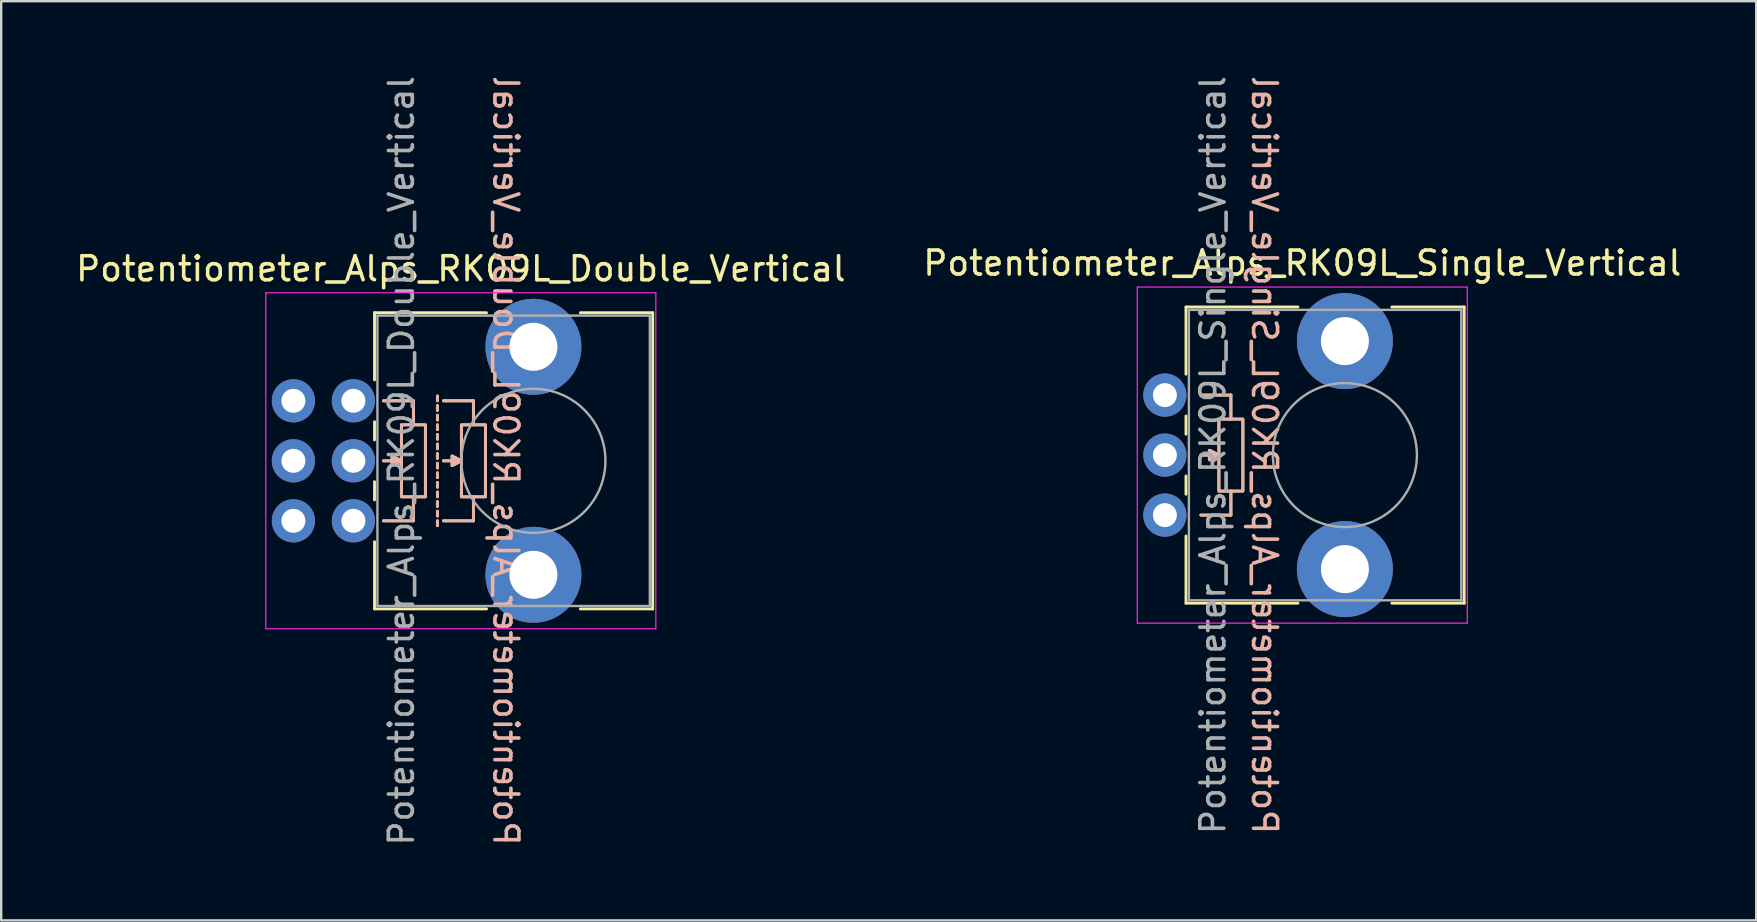
<source format=kicad_pcb>
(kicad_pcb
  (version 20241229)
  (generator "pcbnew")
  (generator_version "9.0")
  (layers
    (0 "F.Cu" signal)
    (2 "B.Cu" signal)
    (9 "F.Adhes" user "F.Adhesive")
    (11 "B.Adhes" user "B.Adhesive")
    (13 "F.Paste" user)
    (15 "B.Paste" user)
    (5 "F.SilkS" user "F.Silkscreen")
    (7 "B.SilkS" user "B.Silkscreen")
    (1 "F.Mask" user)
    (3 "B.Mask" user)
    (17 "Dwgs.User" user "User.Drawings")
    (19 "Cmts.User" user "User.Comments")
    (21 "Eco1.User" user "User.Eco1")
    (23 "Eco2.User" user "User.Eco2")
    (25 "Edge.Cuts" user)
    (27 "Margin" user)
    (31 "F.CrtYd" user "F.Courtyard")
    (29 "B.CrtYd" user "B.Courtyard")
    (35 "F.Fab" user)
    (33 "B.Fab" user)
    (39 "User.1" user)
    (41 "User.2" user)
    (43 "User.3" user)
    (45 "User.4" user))
  (footprint "Potentiometer_Alps_RK09L_Single_Vertical"
    (layer "F.Cu")
    (at 45.483 18.411)
    (property "Reference" "Potentiometer_Alps_RK09L_Single_Vertical" (at 5.725 -10.5 0) (layer "F.SilkS") (effects (font (size 1 1) (thickness 0.15))))
    (attr through_hole)
    (fp_line (start 0.88 -8.67) (end 0.88 -5.871) (stroke (width 0.12) (type solid)) (layer "F.SilkS"))
    (fp_line (start 0.88 -8.67) (end 5.546 -8.67) (stroke (width 0.12) (type solid)) (layer "F.SilkS"))
    (fp_line (start 0.88 -4.129) (end 0.88 -3.37) (stroke (width 0.12) (type solid)) (layer "F.SilkS"))
    (fp_line (start 0.88 -1.629) (end 0.88 -0.87) (stroke (width 0.12) (type solid)) (layer "F.SilkS"))
    (fp_line (start 0.88 0.87) (end 0.88 3.67) (stroke (width 0.12) (type solid)) (layer "F.SilkS"))
    (fp_line (start 0.88 3.67) (end 5.546 3.67) (stroke (width 0.12) (type solid)) (layer "F.SilkS"))
    (fp_line (start 2.25 -2.5) (end 1.5 -2.5) (stroke (width 0.12) (type solid)) (layer "F.SilkS"))
    (fp_line (start 2.75 -5) (end 1.5 -5) (stroke (width 0.12) (type solid)) (layer "F.SilkS"))
    (fp_line (start 2.75 -4) (end 2.75 -5) (stroke (width 0.12) (type solid)) (layer "F.SilkS"))
    (fp_line (start 2.75 -1) (end 2.75 0) (stroke (width 0.12) (type solid)) (layer "F.SilkS"))
    (fp_line (start 2.75 0) (end 1.5 0) (stroke (width 0.12) (type solid)) (layer "F.SilkS"))
    (fp_line (start 9.455 -8.67) (end 12.47 -8.67) (stroke (width 0.12) (type solid)) (layer "F.SilkS"))
    (fp_line (start 9.455 3.67) (end 12.47 3.67) (stroke (width 0.12) (type solid)) (layer "F.SilkS"))
    (fp_line (start 12.47 -8.67) (end 12.47 3.67) (stroke (width 0.12) (type solid)) (layer "F.SilkS"))
    (fp_rect (start 2.25 -4) (end 3.25 -1) (stroke (width 0.12) (type solid)) (fill no) (layer "F.SilkS"))
    (fp_poly (pts (xy 2.25 -2.5) (xy 1.875 -2.3) (xy 1.875 -2.7)) (stroke (width 0.12) (type solid)) (fill yes) (layer "F.SilkS"))
    (fp_line (start 1.5 -5) (end 2.75 -5) (stroke (width 0.12) (type solid)) (layer "B.SilkS"))
    (fp_line (start 1.5 -2.5) (end 2.25 -2.5) (stroke (width 0.12) (type solid)) (layer "B.SilkS"))
    (fp_line (start 1.5 0) (end 2.75 0) (stroke (width 0.12) (type solid)) (layer "B.SilkS"))
    (fp_line (start 2.75 -5) (end 2.75 -4) (stroke (width 0.12) (type solid)) (layer "B.SilkS"))
    (fp_line (start 2.75 0) (end 2.75 -1) (stroke (width 0.12) (type solid)) (layer "B.SilkS"))
    (fp_rect (start 2.25 -4) (end 3.25 -1) (stroke (width 0.12) (type solid)) (fill no) (layer "B.SilkS"))
    (fp_poly (pts (xy 2.25 -2.5) (xy 1.85 -2.3) (xy 1.85 -2.7)) (stroke (width 0.12) (type solid)) (fill yes) (layer "B.SilkS"))
    (fp_line (start -1.15 -9.5) (end -1.15 4.5) (stroke (width 0.05) (type solid)) (layer "F.CrtYd"))
    (fp_line (start -1.15 4.5) (end 12.6 4.5) (stroke (width 0.05) (type solid)) (layer "F.CrtYd"))
    (fp_line (start 12.6 -9.5) (end -1.15 -9.5) (stroke (width 0.05) (type solid)) (layer "F.CrtYd"))
    (fp_line (start 12.6 4.5) (end 12.6 -9.5) (stroke (width 0.05) (type solid)) (layer "F.CrtYd"))
    (fp_line (start 1 -8.55) (end 1 3.55) (stroke (width 0.1) (type solid)) (layer "F.Fab"))
    (fp_line (start 1 3.55) (end 12.35 3.55) (stroke (width 0.1) (type solid)) (layer "F.Fab"))
    (fp_line (start 12.35 -8.55) (end 1 -8.55) (stroke (width 0.1) (type solid)) (layer "F.Fab"))
    (fp_line (start 12.35 3.55) (end 12.35 -8.55) (stroke (width 0.1) (type solid)) (layer "F.Fab"))
    (fp_circle (center 7.5 -2.5) (end 10.5 -2.5) (stroke (width 0.1) (type solid)) (fill no) (layer "F.Fab"))
    (fp_text user "${REFERENCE}" (at 4.15 -2.5 270) (unlocked yes) (layer "B.SilkS") (effects (font (size 1 1) (thickness 0.15)) (justify mirror)))
    (fp_text user "${REFERENCE}" (at 2 -2.5 90) (layer "F.Fab") (effects (font (size 1 1) (thickness 0.15))))
    (pad "" np_thru_hole circle (at 7.5 -7.25) (size 4 4) (drill 2) (layers "*.Cu" "*.Mask"))
    (pad "" np_thru_hole circle (at 7.5 2.25) (size 4 4) (drill 2) (layers "*.Cu" "*.Mask"))
    (pad "1" thru_hole circle (at 0 0) (size 1.8 1.8) (drill 1) (layers "*.Cu" "*.Mask"))
    (pad "2" thru_hole circle (at 0 -2.5) (size 1.8 1.8) (drill 1) (layers "*.Cu" "*.Mask"))
    (pad "3" thru_hole circle (at 0 -5) (size 1.8 1.8) (drill 1) (layers "*.Cu" "*.Mask")))
  (footprint "Potentiometer_Alps_RK09L_Double_Vertical"
    (layer "F.Cu")
    (at 11.674 18.649)
    (property "Reference" "Potentiometer_Alps_RK09L_Double_Vertical" (at 4.475 -10.5 0) (layer "F.SilkS") (effects (font (size 1 1) (thickness 0.15))))
    (attr through_hole)
    (fp_line (start 0.88 -8.67) (end 0.88 -5.871) (stroke (width 0.12) (type solid)) (layer "F.SilkS"))
    (fp_line (start 0.88 -8.67) (end 5.546 -8.67) (stroke (width 0.12) (type solid)) (layer "F.SilkS"))
    (fp_line (start 0.88 -4.129) (end 0.88 -3.37) (stroke (width 0.12) (type solid)) (layer "F.SilkS"))
    (fp_line (start 0.88 -1.629) (end 0.88 -0.87) (stroke (width 0.12) (type solid)) (layer "F.SilkS"))
    (fp_line (start 0.88 0.87) (end 0.88 3.67) (stroke (width 0.12) (type solid)) (layer "F.SilkS"))
    (fp_line (start 0.88 3.67) (end 5.546 3.67) (stroke (width 0.12) (type solid)) (layer "F.SilkS"))
    (fp_line (start 2 -2.5) (end 1.25 -2.5) (stroke (width 0.12) (type solid)) (layer "F.SilkS"))
    (fp_line (start 2.5 -5) (end 1.25 -5) (stroke (width 0.12) (type solid)) (layer "F.SilkS"))
    (fp_line (start 2.5 -4) (end 2.5 -5) (stroke (width 0.12) (type solid)) (layer "F.SilkS"))
    (fp_line (start 2.5 -1) (end 2.5 0) (stroke (width 0.12) (type solid)) (layer "F.SilkS"))
    (fp_line (start 2.5 0) (end 1.25 0) (stroke (width 0.12) (type solid)) (layer "F.SilkS"))
    (fp_line (start 3.5 -5.2) (end 3.5 -5) (stroke (width 0.12) (type solid)) (layer "F.SilkS"))
    (fp_line (start 3.5 -4.8) (end 3.5 -4.6) (stroke (width 0.12) (type solid)) (layer "F.SilkS"))
    (fp_line (start 3.5 -4.4) (end 3.5 -4.2) (stroke (width 0.12) (type solid)) (layer "F.SilkS"))
    (fp_line (start 3.5 -4) (end 3.5 -3.8) (stroke (width 0.12) (type solid)) (layer "F.SilkS"))
    (fp_line (start 3.5 -3.6) (end 3.5 -3.4) (stroke (width 0.12) (type solid)) (layer "F.SilkS"))
    (fp_line (start 3.5 -3) (end 3.5 -3.2) (stroke (width 0.12) (type solid)) (layer "F.SilkS"))
    (fp_line (start 3.5 -2.8) (end 3.5 -2.6) (stroke (width 0.12) (type solid)) (layer "F.SilkS"))
    (fp_line (start 3.5 -2.4) (end 3.5 -2.2) (stroke (width 0.12) (type solid)) (layer "F.SilkS"))
    (fp_line (start 3.5 -2) (end 3.5 -1.8) (stroke (width 0.12) (type solid)) (layer "F.SilkS"))
    (fp_line (start 3.5 -1.6) (end 3.5 -1.4) (stroke (width 0.12) (type solid)) (layer "F.SilkS"))
    (fp_line (start 3.5 -1.2) (end 3.5 -1) (stroke (width 0.12) (type solid)) (layer "F.SilkS"))
    (fp_line (start 3.5 -0.8) (end 3.5 -0.6) (stroke (width 0.12) (type solid)) (layer "F.SilkS"))
    (fp_line (start 3.5 -0.4) (end 3.5 -0.2) (stroke (width 0.12) (type solid)) (layer "F.SilkS"))
    (fp_line (start 3.5 0) (end 3.5 0.2) (stroke (width 0.12) (type solid)) (layer "F.SilkS"))
    (fp_line (start 4.5 -2.5) (end 3.75 -2.5) (stroke (width 0.12) (type solid)) (layer "F.SilkS"))
    (fp_line (start 5 -5) (end 3.75 -5) (stroke (width 0.12) (type solid)) (layer "F.SilkS"))
    (fp_line (start 5 -4) (end 5 -5) (stroke (width 0.12) (type solid)) (layer "F.SilkS"))
    (fp_line (start 5 -1) (end 5 0) (stroke (width 0.12) (type solid)) (layer "F.SilkS"))
    (fp_line (start 5 0) (end 3.75 0) (stroke (width 0.12) (type solid)) (layer "F.SilkS"))
    (fp_line (start 9.455 -8.67) (end 12.47 -8.67) (stroke (width 0.12) (type solid)) (layer "F.SilkS"))
    (fp_line (start 9.455 3.67) (end 12.47 3.67) (stroke (width 0.12) (type solid)) (layer "F.SilkS"))
    (fp_line (start 12.47 -8.67) (end 12.47 3.67) (stroke (width 0.12) (type solid)) (layer "F.SilkS"))
    (fp_rect (start 2 -4) (end 3 -1) (stroke (width 0.12) (type solid)) (fill no) (layer "F.SilkS"))
    (fp_rect (start 4.5 -4) (end 5.5 -1) (stroke (width 0.12) (type solid)) (fill no) (layer "F.SilkS"))
    (fp_poly (pts (xy 2 -2.5) (xy 1.625 -2.3) (xy 1.625 -2.7)) (stroke (width 0.12) (type solid)) (fill yes) (layer "F.SilkS"))
    (fp_poly (pts (xy 4.5 -2.5) (xy 4.125 -2.3) (xy 4.125 -2.7)) (stroke (width 0.12) (type solid)) (fill yes) (layer "F.SilkS"))
    (fp_line (start 1.25 -5) (end 2.5 -5) (stroke (width 0.12) (type solid)) (layer "B.SilkS"))
    (fp_line (start 1.25 -2.5) (end 2 -2.5) (stroke (width 0.12) (type solid)) (layer "B.SilkS"))
    (fp_line (start 1.25 0) (end 2.5 0) (stroke (width 0.12) (type solid)) (layer "B.SilkS"))
    (fp_line (start 2.5 -5) (end 2.5 -4) (stroke (width 0.12) (type solid)) (layer "B.SilkS"))
    (fp_line (start 2.5 0) (end 2.5 -1) (stroke (width 0.12) (type solid)) (layer "B.SilkS"))
    (fp_line (start 3.5 -5.2) (end 3.5 -5) (stroke (width 0.12) (type solid)) (layer "B.SilkS"))
    (fp_line (start 3.5 -4.8) (end 3.5 -4.6) (stroke (width 0.12) (type solid)) (layer "B.SilkS"))
    (fp_line (start 3.5 -4.4) (end 3.5 -4.2) (stroke (width 0.12) (type solid)) (layer "B.SilkS"))
    (fp_line (start 3.5 -4) (end 3.5 -3.8) (stroke (width 0.12) (type solid)) (layer "B.SilkS"))
    (fp_line (start 3.5 -3.6) (end 3.5 -3.4) (stroke (width 0.12) (type solid)) (layer "B.SilkS"))
    (fp_line (start 3.5 -3.2) (end 3.5 -3) (stroke (width 0.12) (type solid)) (layer "B.SilkS"))
    (fp_line (start 3.5 -2.8) (end 3.5 -2.6) (stroke (width 0.12) (type solid)) (layer "B.SilkS"))
    (fp_line (start 3.5 -2.4) (end 3.5 -2.2) (stroke (width 0.12) (type solid)) (layer "B.SilkS"))
    (fp_line (start 3.5 -2) (end 3.5 -1.8) (stroke (width 0.12) (type solid)) (layer "B.SilkS"))
    (fp_line (start 3.5 -1.6) (end 3.5 -1.4) (stroke (width 0.12) (type solid)) (layer "B.SilkS"))
    (fp_line (start 3.5 -1.2) (end 3.5 -1) (stroke (width 0.12) (type solid)) (layer "B.SilkS"))
    (fp_line (start 3.5 -0.8) (end 3.5 -0.6) (stroke (width 0.12) (type solid)) (layer "B.SilkS"))
    (fp_line (start 3.5 -0.4) (end 3.5 -0.2) (stroke (width 0.12) (type solid)) (layer "B.SilkS"))
    (fp_line (start 3.5 0) (end 3.5 0.2) (stroke (width 0.12) (type solid)) (layer "B.SilkS"))
    (fp_line (start 3.75 -5) (end 5 -5) (stroke (width 0.12) (type solid)) (layer "B.SilkS"))
    (fp_line (start 3.75 -2.5) (end 4.5 -2.5) (stroke (width 0.12) (type solid)) (layer "B.SilkS"))
    (fp_line (start 3.75 0) (end 5 0) (stroke (width 0.12) (type solid)) (layer "B.SilkS"))
    (fp_line (start 5 -5) (end 5 -4) (stroke (width 0.12) (type solid)) (layer "B.SilkS"))
    (fp_line (start 5 0) (end 5 -1) (stroke (width 0.12) (type solid)) (layer "B.SilkS"))
    (fp_rect (start 2 -4) (end 3 -1) (stroke (width 0.12) (type solid)) (fill no) (layer "B.SilkS"))
    (fp_rect (start 4.5 -4) (end 5.5 -1) (stroke (width 0.12) (type solid)) (fill no) (layer "B.SilkS"))
    (fp_poly (pts (xy 2 -2.5) (xy 1.6 -2.3) (xy 1.6 -2.7)) (stroke (width 0.12) (type solid)) (fill yes) (layer "B.SilkS"))
    (fp_poly (pts (xy 4.5 -2.5) (xy 4.1 -2.3) (xy 4.1 -2.7)) (stroke (width 0.12) (type solid)) (fill yes) (layer "B.SilkS"))
    (fp_line (start -3.65 -9.5) (end -3.65 4.5) (stroke (width 0.05) (type solid)) (layer "F.CrtYd"))
    (fp_line (start -3.65 4.5) (end 12.6 4.5) (stroke (width 0.05) (type solid)) (layer "F.CrtYd"))
    (fp_line (start 12.6 -9.5) (end -3.65 -9.5) (stroke (width 0.05) (type solid)) (layer "F.CrtYd"))
    (fp_line (start 12.6 4.5) (end 12.6 -9.5) (stroke (width 0.05) (type solid)) (layer "F.CrtYd"))
    (fp_line (start 1 -8.55) (end 1 3.55) (stroke (width 0.1) (type solid)) (layer "F.Fab"))
    (fp_line (start 1 3.55) (end 12.35 3.55) (stroke (width 0.1) (type solid)) (layer "F.Fab"))
    (fp_line (start 12.35 -8.55) (end 1 -8.55) (stroke (width 0.1) (type solid)) (layer "F.Fab"))
    (fp_line (start 12.35 3.55) (end 12.35 -8.55) (stroke (width 0.1) (type solid)) (layer "F.Fab"))
    (fp_circle (center 7.5 -2.5) (end 10.5 -2.5) (stroke (width 0.1) (type solid)) (fill no) (layer "F.Fab"))
    (fp_text user "${REFERENCE}" (at 6.35 -2.5 270) (unlocked yes) (layer "B.SilkS") (effects (font (size 1 1) (thickness 0.15)) (justify mirror)))
    (fp_text user "${REFERENCE}" (at 2 -2.5 90) (layer "F.Fab") (effects (font (size 1 1) (thickness 0.15))))
    (pad "" np_thru_hole circle (at 7.5 -7.25) (size 4 4) (drill 2) (layers "*.Cu" "*.Mask"))
    (pad "" np_thru_hole circle (at 7.5 2.25) (size 4 4) (drill 2) (layers "*.Cu" "*.Mask"))
    (pad "1" thru_hole circle (at 0 0) (size 1.8 1.8) (drill 1) (layers "*.Cu" "*.Mask"))
    (pad "2" thru_hole circle (at 0 -2.5) (size 1.8 1.8) (drill 1) (layers "*.Cu" "*.Mask"))
    (pad "3" thru_hole circle (at 0 -5) (size 1.8 1.8) (drill 1) (layers "*.Cu" "*.Mask"))
    (pad "4" thru_hole circle (at -2.5 0) (size 1.8 1.8) (drill 1) (layers "*.Cu" "*.Mask"))
    (pad "5" thru_hole circle (at -2.5 -2.5) (size 1.8 1.8) (drill 1) (layers "*.Cu" "*.Mask"))
    (pad "6" thru_hole circle (at -2.5 -5) (size 1.8 1.8) (drill 1) (layers "*.Cu" "*.Mask")))
  (gr_rect
    (start -3 -3)
    (end 70.119 35.298)
    (stroke (width 0.1) (type default))
    (fill no)
    (layer "Edge.Cuts")))
</source>
